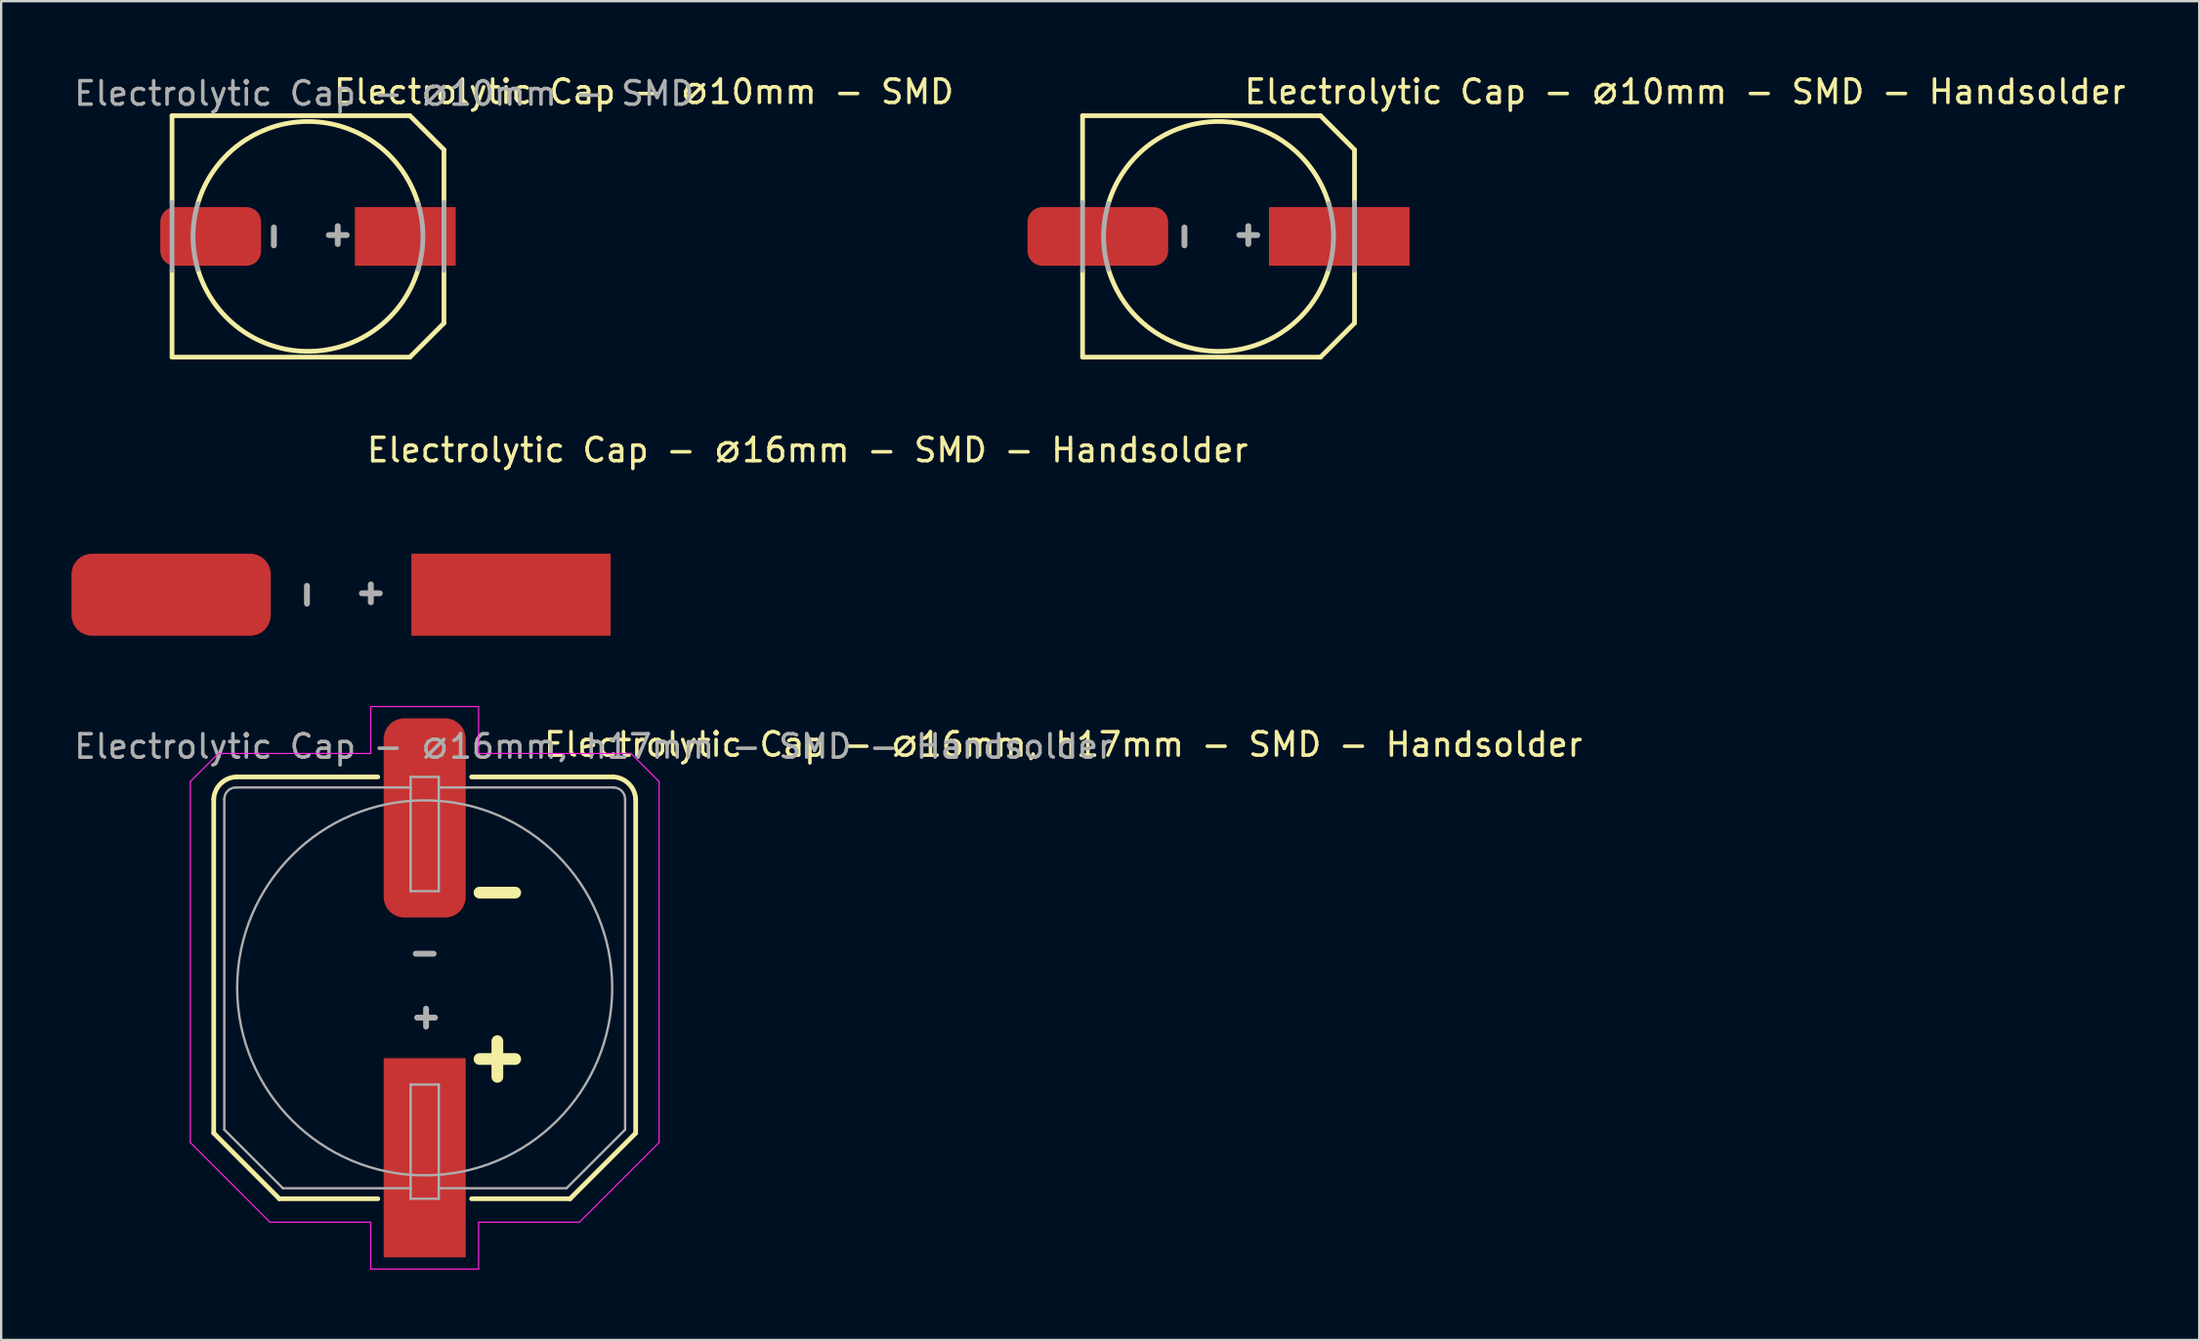
<source format=kicad_pcb>
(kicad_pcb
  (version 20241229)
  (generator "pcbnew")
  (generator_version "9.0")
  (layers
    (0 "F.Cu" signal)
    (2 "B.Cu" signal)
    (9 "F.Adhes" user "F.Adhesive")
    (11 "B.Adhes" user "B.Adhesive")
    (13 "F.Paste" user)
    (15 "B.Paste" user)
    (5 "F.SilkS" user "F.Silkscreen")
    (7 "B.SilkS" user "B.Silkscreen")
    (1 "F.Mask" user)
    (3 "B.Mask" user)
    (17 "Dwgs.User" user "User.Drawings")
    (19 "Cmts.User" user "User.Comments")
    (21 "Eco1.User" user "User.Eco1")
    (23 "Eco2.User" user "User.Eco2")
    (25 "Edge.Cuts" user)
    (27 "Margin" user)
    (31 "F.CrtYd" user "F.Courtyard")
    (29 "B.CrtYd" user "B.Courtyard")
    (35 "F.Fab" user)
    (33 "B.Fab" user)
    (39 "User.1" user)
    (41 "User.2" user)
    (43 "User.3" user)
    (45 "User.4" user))
  (footprint "Electrolytic Cap - ⌀10mm - SMD - Handsolder"
    (layer "F.Cu")
    (at 48.934 7.038)
    (property "Reference" "Electrolytic Cap - ⌀10mm - SMD - Handsolder" (at 1.016 -5.588 0) (layer "F.SilkS") (effects (font (size 1 1) (thickness 0.15)) (justify left bottom)))
    (attr smd)
    (fp_line (start -5.8 -5.15) (end 4.35 -5.15) (stroke (width 0.2) (type solid)) (layer "F.SilkS"))
    (fp_line (start -5.8 -1.45) (end -5.8 -5.15) (stroke (width 0.2) (type solid)) (layer "F.SilkS"))
    (fp_line (start -5.8 5.15) (end -5.8 1.45) (stroke (width 0.2) (type solid)) (layer "F.SilkS"))
    (fp_line (start 4.35 5.15) (end -5.8 5.15) (stroke (width 0.2) (type solid)) (layer "F.SilkS"))
    (fp_line (start 5.8 -3.7) (end 4.35 -5.15) (stroke (width 0.2) (type solid)) (layer "F.SilkS"))
    (fp_line (start 5.8 -3.7) (end 5.8 -1.45) (stroke (width 0.2) (type solid)) (layer "F.SilkS"))
    (fp_line (start 5.8 1.45) (end 5.8 3.7) (stroke (width 0.2) (type solid)) (layer "F.SilkS"))
    (fp_line (start 5.8 3.7) (end 4.35 5.15) (stroke (width 0.2) (type solid)) (layer "F.SilkS"))
    (fp_arc (start -4.7 -1.4) (mid 0 -4.903272) (end 4.7 -1.4) (stroke (width 0.2) (type solid)) (layer "F.SilkS"))
    (fp_arc (start 4.7 1.4) (mid 0 4.903272) (end -4.7 1.4) (stroke (width 0.2) (type solid)) (layer "F.SilkS"))
    (fp_line (start -5.8 1.45) (end -5.8 -1.45) (stroke (width 0.203) (type solid)) (layer "F.Fab"))
    (fp_line (start 5.8 -1.45) (end 5.8 1.45) (stroke (width 0.203) (type solid)) (layer "F.Fab"))
    (fp_arc (start -4.7 1.4) (mid -4.90408 0) (end -4.7 -1.4) (stroke (width 0.2032) (type solid)) (layer "F.Fab"))
    (fp_arc (start 4.7 -1.4) (mid 4.90408 0) (end 4.7 1.4) (stroke (width 0.2032) (type solid)) (layer "F.Fab"))
    (fp_text user "+" (at 1.27 -0.127 0) (unlocked yes) (layer "F.Fab") (effects (font (size 1 1) (thickness 0.25))))
    (fp_text user "-" (at -1.524 0 90) (unlocked yes) (layer "F.Fab") (effects (font (size 1 1) (thickness 0.25))))
    (pad "1" smd rect (at 5.15 0) (size 6 2.5) (layers "F.Cu" "F.Mask" "F.Paste"))
    (pad "2" smd roundrect (at -5.15 0) (size 6 2.5) (layers "F.Cu" "F.Mask" "F.Paste") (roundrect_rratio 0.25)))
  (footprint "Electrolytic Cap - ⌀16mm, h17mm - SMD - Handsolder"
    (layer "F.Cu")
    (at 15.068 39.101)
    (property "Reference" "Electrolytic Cap - ⌀16mm, h17mm - SMD - Handsolder" (at 5 -9.8 0) (layer "F.SilkS") (effects (font (size 1 1) (thickness 0.15)) (justify left bottom)))
    (attr smd)
    (fp_line (start -9 6.2) (end -9 -8.05) (stroke (width 0.2) (type solid)) (layer "F.SilkS"))
    (fp_line (start -6.2 9) (end -9 6.2) (stroke (width 0.2) (type solid)) (layer "F.SilkS"))
    (fp_line (start -2 -9) (end -8.025 -9) (stroke (width 0.2) (type solid)) (layer "F.SilkS"))
    (fp_line (start -2 9) (end -6.2 9) (stroke (width 0.2) (type solid)) (layer "F.SilkS"))
    (fp_line (start 6.2 9) (end 2 9) (stroke (width 0.2) (type solid)) (layer "F.SilkS"))
    (fp_line (start 8.05 -9) (end 2 -9) (stroke (width 0.2) (type solid)) (layer "F.SilkS"))
    (fp_line (start 9 -8.05) (end 9 6.2) (stroke (width 0.2) (type solid)) (layer "F.SilkS"))
    (fp_line (start 9 6.2) (end 6.2 9) (stroke (width 0.2) (type solid)) (layer "F.SilkS"))
    (fp_arc (start -9 -8.05) (mid -8.699152 -8.716564) (end -8.025 -9) (stroke (width 0.2) (type solid)) (layer "F.SilkS"))
    (fp_arc (start 8.05 -9) (mid 8.707141 -8.707141) (end 9 -8.05) (stroke (width 0.2) (type solid)) (layer "F.SilkS"))
    (fp_line (start -10 -8.8) (end -8.8 -10) (stroke (width 0.05) (type solid)) (layer "F.CrtYd"))
    (fp_line (start -10 6.6) (end -10 -8.8) (stroke (width 0.05) (type solid)) (layer "F.CrtYd"))
    (fp_line (start -10 6.6) (end -6.6 10) (stroke (width 0.05) (type solid)) (layer "F.CrtYd"))
    (fp_line (start -8.8 -10) (end -2.3 -10) (stroke (width 0.05) (type solid)) (layer "F.CrtYd"))
    (fp_line (start -2.3 -12) (end 2.3 -12) (stroke (width 0.05) (type solid)) (layer "F.CrtYd"))
    (fp_line (start -2.3 -10) (end -2.3 -12) (stroke (width 0.05) (type solid)) (layer "F.CrtYd"))
    (fp_line (start -2.3 10) (end -6.6 10) (stroke (width 0.05) (type solid)) (layer "F.CrtYd"))
    (fp_line (start -2.3 10) (end -2.3 12) (stroke (width 0.05) (type solid)) (layer "F.CrtYd"))
    (fp_line (start -2.3 12) (end 2.3 12) (stroke (width 0.05) (type solid)) (layer "F.CrtYd"))
    (fp_line (start 2.3 -12) (end 2.3 -10) (stroke (width 0.05) (type solid)) (layer "F.CrtYd"))
    (fp_line (start 2.3 -10) (end 8.8 -10) (stroke (width 0.05) (type solid)) (layer "F.CrtYd"))
    (fp_line (start 2.3 10) (end 6.6 10) (stroke (width 0.05) (type solid)) (layer "F.CrtYd"))
    (fp_line (start 2.3 12) (end 2.3 10) (stroke (width 0.05) (type solid)) (layer "F.CrtYd"))
    (fp_line (start 6.6 10) (end 10 6.6) (stroke (width 0.05) (type solid)) (layer "F.CrtYd"))
    (fp_line (start 10 -8.8) (end 8.8 -10) (stroke (width 0.05) (type solid)) (layer "F.CrtYd"))
    (fp_line (start 10 -8.8) (end 10 6.6) (stroke (width 0.05) (type solid)) (layer "F.CrtYd"))
    (fp_line (start -8.55 6.05) (end -8.55 -8.05) (stroke (width 0.1) (type solid)) (layer "F.Fab"))
    (fp_line (start -6.05 8.55) (end -8.55 6.05) (stroke (width 0.1) (type solid)) (layer "F.Fab"))
    (fp_line (start -0.6 -9) (end 0.6 -9) (stroke (width 0.1) (type solid)) (layer "F.Fab"))
    (fp_line (start -0.6 -8.55) (end -8.05 -8.55) (stroke (width 0.1) (type solid)) (layer "F.Fab"))
    (fp_line (start -0.6 -4.125) (end -0.6 -9) (stroke (width 0.1) (type solid)) (layer "F.Fab"))
    (fp_line (start -0.6 4.125) (end 0.6 4.125) (stroke (width 0.1) (type solid)) (layer "F.Fab"))
    (fp_line (start -0.6 8.55) (end -6.05 8.55) (stroke (width 0.1) (type solid)) (layer "F.Fab"))
    (fp_line (start -0.6 9) (end -0.6 4.125) (stroke (width 0.1) (type solid)) (layer "F.Fab"))
    (fp_line (start 0.6 -9) (end 0.6 -4.125) (stroke (width 0.1) (type solid)) (layer "F.Fab"))
    (fp_line (start 0.6 -4.125) (end -0.6 -4.125) (stroke (width 0.1) (type solid)) (layer "F.Fab"))
    (fp_line (start 0.6 4.125) (end 0.6 9) (stroke (width 0.1) (type solid)) (layer "F.Fab"))
    (fp_line (start 0.6 9) (end -0.6 9) (stroke (width 0.1) (type solid)) (layer "F.Fab"))
    (fp_line (start 6.05 8.55) (end 0.6 8.55) (stroke (width 0.1) (type solid)) (layer "F.Fab"))
    (fp_line (start 8.05 -8.55) (end 0.6 -8.55) (stroke (width 0.1) (type solid)) (layer "F.Fab"))
    (fp_line (start 8.55 -8.05) (end 8.55 6.05) (stroke (width 0.1) (type solid)) (layer "F.Fab"))
    (fp_line (start 8.55 6.05) (end 6.05 8.55) (stroke (width 0.1) (type solid)) (layer "F.Fab"))
    (fp_arc (start -8.55 -8.05) (mid -8.403553 -8.403553) (end -8.05 -8.55) (stroke (width 0.1) (type solid)) (layer "F.Fab"))
    (fp_arc (start 8.05 -8.55) (mid 8.403553 -8.403553) (end 8.55 -8.05) (stroke (width 0.1) (type solid)) (layer "F.Fab"))
    (fp_circle (center 0 0) (end 8 0) (stroke (width 0.1) (type solid)) (fill no) (layer "F.Fab"))
    (fp_text user "-" (at 3.1 -4.2 0) (unlocked yes) (layer "F.SilkS") (effects (font (size 2 2) (thickness 0.5))))
    (fp_text user "+" (at 3.1 2.9 0) (unlocked yes) (layer "F.SilkS") (effects (font (size 2 2) (thickness 0.5))))
    (fp_text user "-" (at 0 -1.524 0) (unlocked yes) (layer "F.Fab") (effects (font (size 1 1) (thickness 0.25))))
    (fp_text user "${REFERENCE}" (at 7.2 -10.3 0) (layer "F.Fab") (effects (font (size 1 1) (thickness 0.15))))
    (fp_text user "+" (at 0.127 1.27 270) (unlocked yes) (layer "F.Fab") (effects (font (size 1 1) (thickness 0.25))))
    (pad "1" smd rect (at 0 7.25 270) (size 8.5 3.5) (layers "F.Cu" "F.Mask" "F.Paste"))
    (pad "2" smd roundrect (at 0 -7.25 270) (size 8.5 3.5) (layers "F.Cu" "F.Mask" "F.Paste") (roundrect_rratio 0.25)))
  (footprint "Electrolytic Cap - ⌀16mm - SMD - Handsolder"
    (layer "F.Cu")
    (at 11.5 22.326)
    (property "Reference" "Electrolytic Cap - ⌀16mm - SMD - Handsolder" (at 1.016 -5.588 0) (layer "F.SilkS") (effects (font (size 1 1) (thickness 0.15)) (justify left bottom)))
    (attr smd)
    (fp_text user "+" (at 1.27 -0.127 0) (unlocked yes) (layer "F.Fab") (effects (font (size 1 1) (thickness 0.25))))
    (fp_text user "-" (at -1.524 0 90) (unlocked yes) (layer "F.Fab") (effects (font (size 1 1) (thickness 0.25))))
    (pad "1" smd rect (at 7.25 0) (size 8.5 3.5) (layers "F.Cu" "F.Mask" "F.Paste"))
    (pad "2" smd roundrect (at -7.25 0) (size 8.5 3.5) (layers "F.Cu" "F.Mask" "F.Paste") (roundrect_rratio 0.25)))
  (footprint "Electrolytic Cap - ⌀10mm - SMD"
    (layer "F.Cu")
    (at 10.089 7.038)
    (property "Reference" "Electrolytic Cap - ⌀10mm - SMD" (at 1.016 -5.588 0) (layer "F.SilkS") (effects (font (size 1 1) (thickness 0.15)) (justify left bottom)))
    (attr smd)
    (fp_line (start -5.8 -5.15) (end 4.35 -5.15) (stroke (width 0.2) (type solid)) (layer "F.SilkS"))
    (fp_line (start -5.8 -1.45) (end -5.8 -5.15) (stroke (width 0.2) (type solid)) (layer "F.SilkS"))
    (fp_line (start -5.8 5.15) (end -5.8 1.45) (stroke (width 0.2) (type solid)) (layer "F.SilkS"))
    (fp_line (start 4.35 5.15) (end -5.8 5.15) (stroke (width 0.2) (type solid)) (layer "F.SilkS"))
    (fp_line (start 5.8 -3.7) (end 4.35 -5.15) (stroke (width 0.2) (type solid)) (layer "F.SilkS"))
    (fp_line (start 5.8 -3.7) (end 5.8 -1.45) (stroke (width 0.2) (type solid)) (layer "F.SilkS"))
    (fp_line (start 5.8 1.45) (end 5.8 3.7) (stroke (width 0.2) (type solid)) (layer "F.SilkS"))
    (fp_line (start 5.8 3.7) (end 4.35 5.15) (stroke (width 0.2) (type solid)) (layer "F.SilkS"))
    (fp_arc (start -4.7 -1.4) (mid 0 -4.903272) (end 4.7 -1.4) (stroke (width 0.2) (type solid)) (layer "F.SilkS"))
    (fp_arc (start 4.7 1.4) (mid 0 4.903272) (end -4.7 1.4) (stroke (width 0.2) (type solid)) (layer "F.SilkS"))
    (fp_line (start -5.8 1.45) (end -5.8 -1.45) (stroke (width 0.203) (type solid)) (layer "F.Fab"))
    (fp_line (start 5.8 -1.45) (end 5.8 1.45) (stroke (width 0.203) (type solid)) (layer "F.Fab"))
    (fp_arc (start -4.7 1.4) (mid -4.90408 0) (end -4.7 -1.4) (stroke (width 0.2032) (type solid)) (layer "F.Fab"))
    (fp_arc (start 4.7 -1.4) (mid 4.90408 0) (end 4.7 1.4) (stroke (width 0.2032) (type solid)) (layer "F.Fab"))
    (fp_text user "${REFERENCE}" (at 3.25 -6.1 0) (unlocked yes) (layer "F.Fab") (effects (font (size 1 1) (thickness 0.15))))
    (fp_text user "+" (at 1.27 -0.127 0) (unlocked yes) (layer "F.Fab") (effects (font (size 1 1) (thickness 0.25))))
    (fp_text user "-" (at -1.524 0 90) (unlocked yes) (layer "F.Fab") (effects (font (size 1 1) (thickness 0.25))))
    (pad "1" smd rect (at 4.15 0) (size 4.3 2.5) (layers "F.Cu" "F.Mask" "F.Paste"))
    (pad "2" smd roundrect (at -4.15 0) (size 4.3 2.5) (layers "F.Cu" "F.Mask" "F.Paste") (roundrect_rratio 0.25)))
  (gr_rect
    (start -3 -3)
    (end 90.771 54.126)
    (stroke (width 0.1) (type default))
    (fill no)
    (layer "Edge.Cuts")))
</source>
